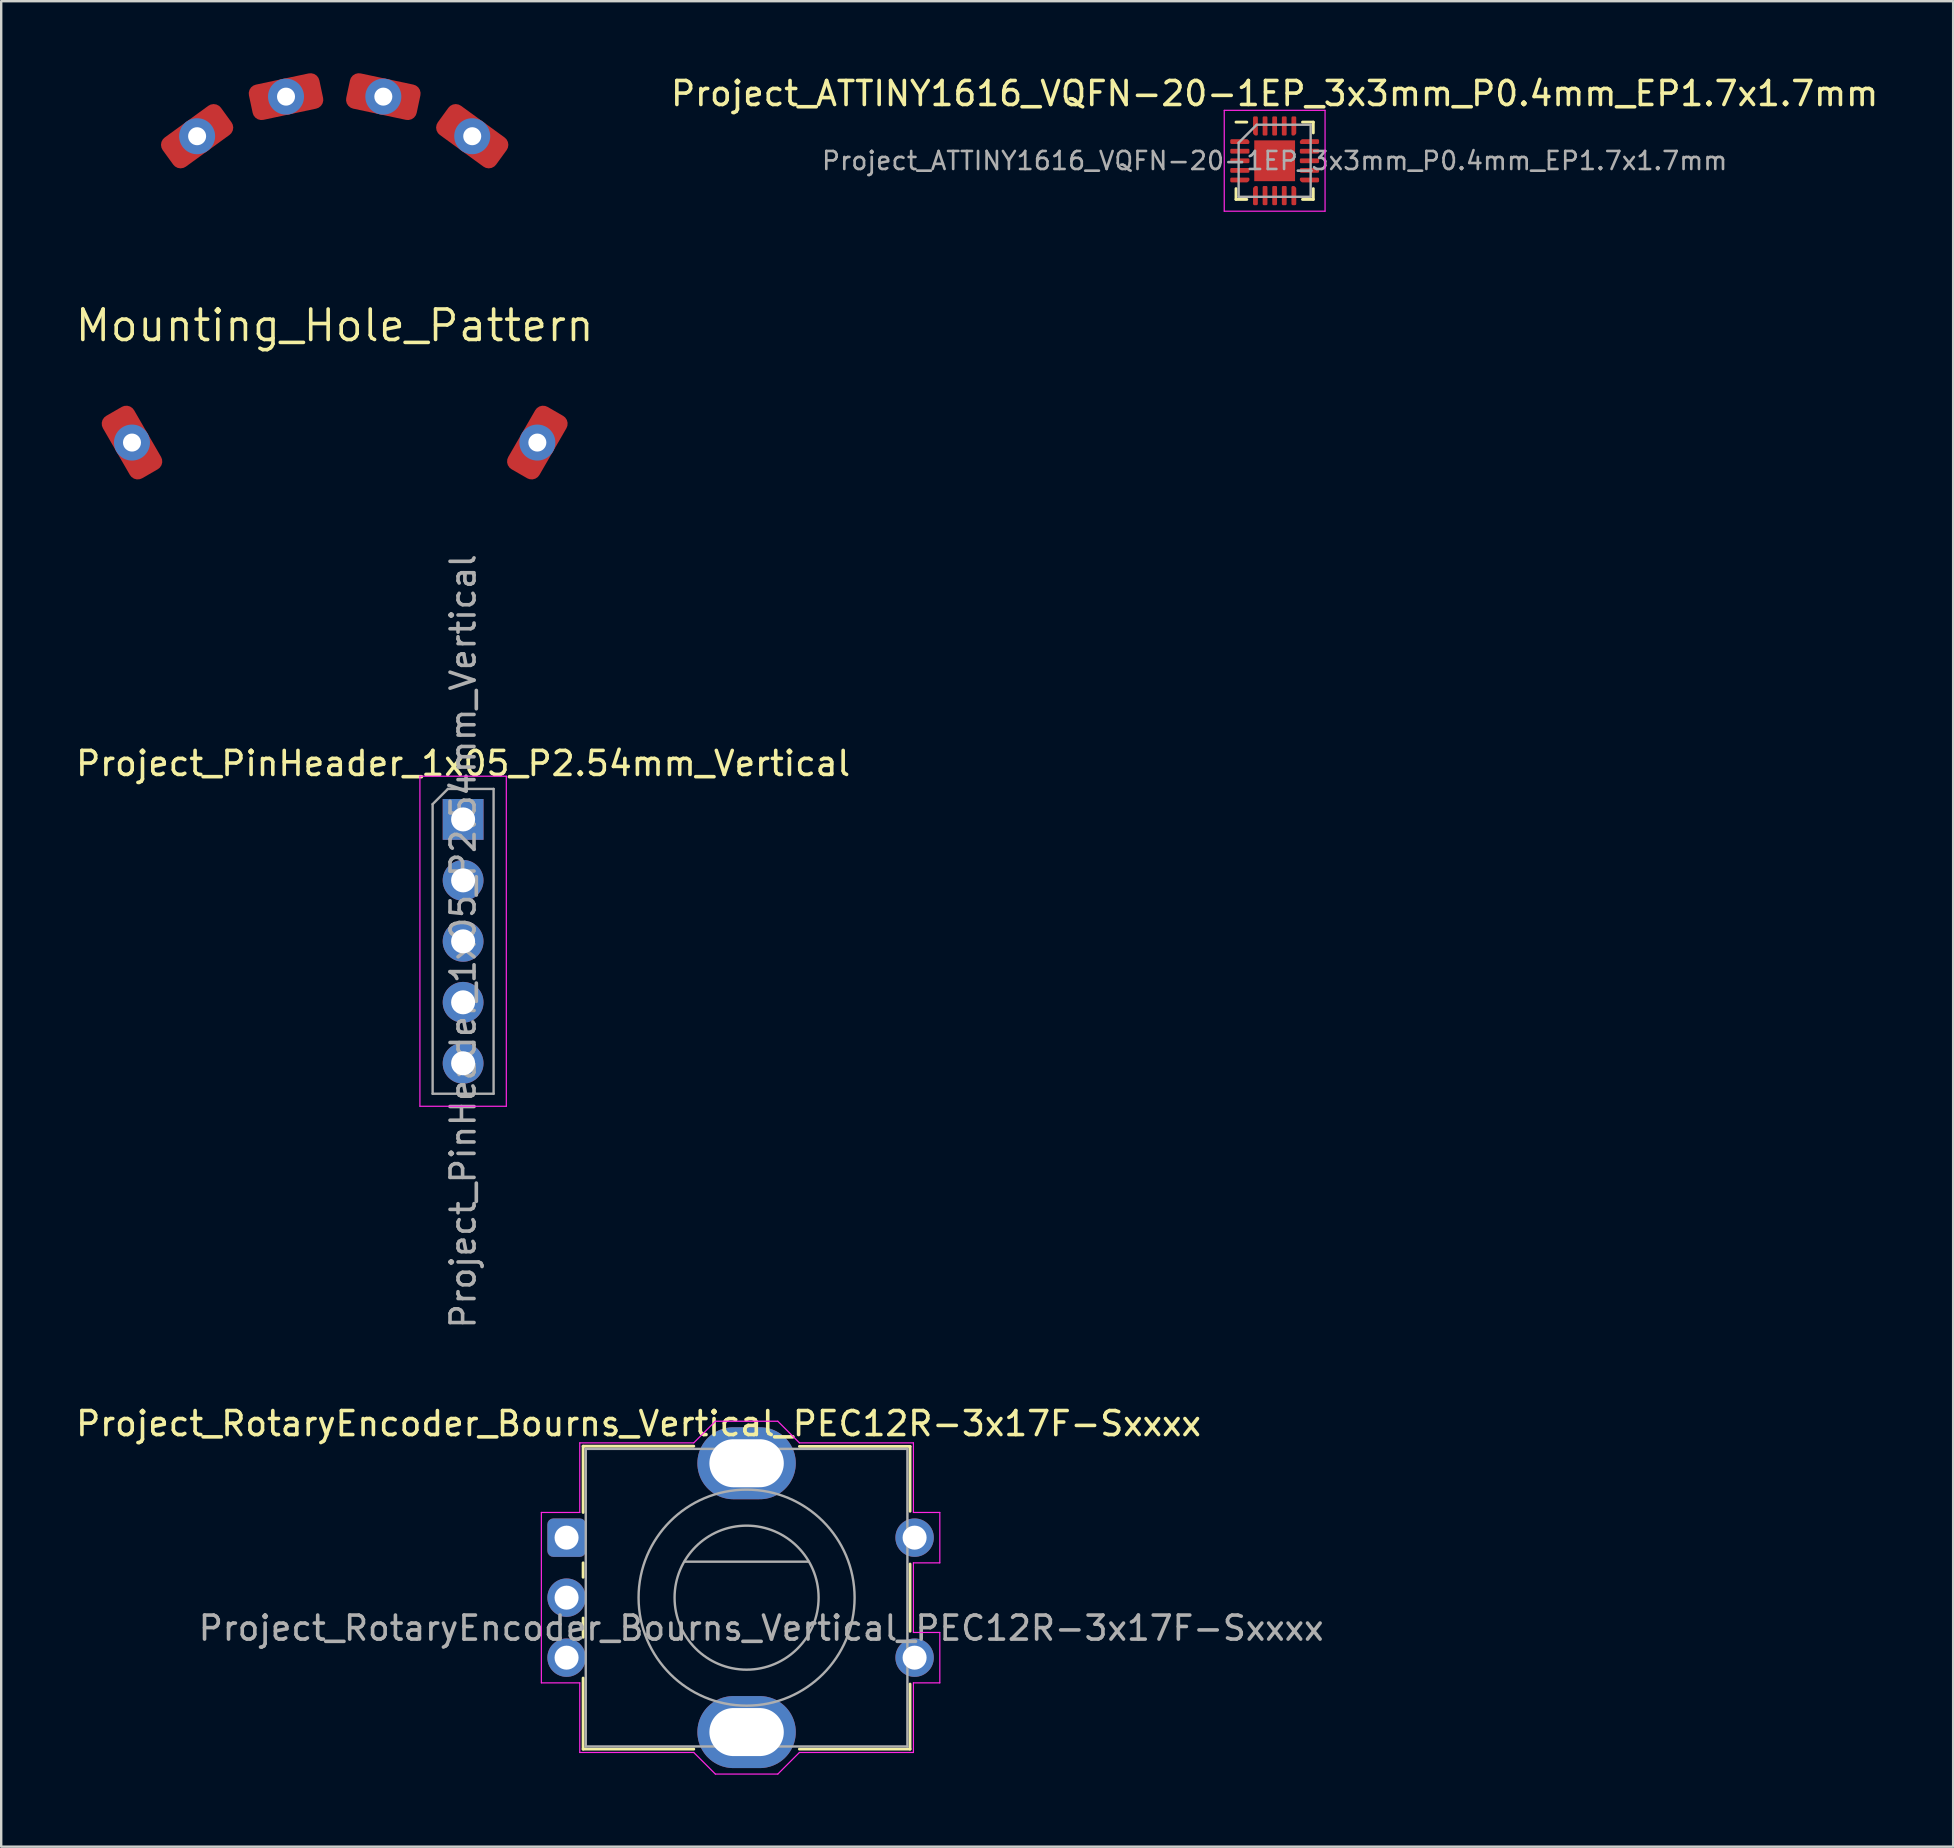
<source format=kicad_pcb>
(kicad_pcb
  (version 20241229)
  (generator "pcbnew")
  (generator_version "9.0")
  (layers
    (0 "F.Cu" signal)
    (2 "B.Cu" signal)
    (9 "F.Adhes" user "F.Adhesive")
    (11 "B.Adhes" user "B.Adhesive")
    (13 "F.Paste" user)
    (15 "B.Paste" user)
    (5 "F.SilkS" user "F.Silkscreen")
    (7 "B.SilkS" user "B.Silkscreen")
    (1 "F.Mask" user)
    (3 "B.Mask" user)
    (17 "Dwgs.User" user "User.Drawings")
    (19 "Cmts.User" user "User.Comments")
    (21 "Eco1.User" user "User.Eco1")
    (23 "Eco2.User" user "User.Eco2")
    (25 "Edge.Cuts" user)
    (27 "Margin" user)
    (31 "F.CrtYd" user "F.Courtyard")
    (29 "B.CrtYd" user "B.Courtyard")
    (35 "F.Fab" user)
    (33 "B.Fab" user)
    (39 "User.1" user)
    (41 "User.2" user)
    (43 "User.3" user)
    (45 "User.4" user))
  (footprint "Project_PinHeader_1x05_P2.54mm_Vertical"
    (layer "F.Cu")
    (at 16.244 31.088)
    (property "Reference" "Project_PinHeader_1x05_P2.54mm_Vertical" (at 0 -2.33 0) (layer "F.SilkS") (effects (font (size 1 1) (thickness 0.15))))
    (attr through_hole)
    (fp_line (start -1.8 -1.8) (end -1.8 11.95) (stroke (width 0.05) (type solid)) (layer "F.CrtYd"))
    (fp_line (start -1.8 11.95) (end 1.8 11.95) (stroke (width 0.05) (type solid)) (layer "F.CrtYd"))
    (fp_line (start 1.8 -1.8) (end -1.8 -1.8) (stroke (width 0.05) (type solid)) (layer "F.CrtYd"))
    (fp_line (start 1.8 11.95) (end 1.8 -1.8) (stroke (width 0.05) (type solid)) (layer "F.CrtYd"))
    (fp_line (start -1.27 -0.635) (end -0.635 -1.27) (stroke (width 0.1) (type solid)) (layer "F.Fab"))
    (fp_line (start -1.27 11.43) (end -1.27 -0.635) (stroke (width 0.1) (type solid)) (layer "F.Fab"))
    (fp_line (start -0.635 -1.27) (end 1.27 -1.27) (stroke (width 0.1) (type solid)) (layer "F.Fab"))
    (fp_line (start 1.27 -1.27) (end 1.27 11.43) (stroke (width 0.1) (type solid)) (layer "F.Fab"))
    (fp_line (start 1.27 11.43) (end -1.27 11.43) (stroke (width 0.1) (type solid)) (layer "F.Fab"))
    (fp_text user "${REFERENCE}" (at 0 5.08 270) (layer "F.Fab") (effects (font (size 1 1) (thickness 0.15))))
    (pad "1" thru_hole rect (at 0 0) (size 1.7 1.7) (drill 1) (layers "*.Cu" "*.Mask"))
    (pad "2" thru_hole oval (at 0 2.54) (size 1.7 1.7) (drill 1) (layers "*.Cu" "*.Mask"))
    (pad "3" thru_hole oval (at 0 5.08) (size 1.7 1.7) (drill 1) (layers "*.Cu" "*.Mask"))
    (pad "4" thru_hole oval (at 0 7.62) (size 1.7 1.7) (drill 1) (layers "*.Cu" "*.Mask"))
    (pad "5" thru_hole oval (at 0 10.16) (size 1.7 1.7) (drill 1) (layers "*.Cu" "*.Mask")))
  (footprint "Project_RotaryEncoder_Bourns_Vertical_PEC12R-3x17F-Sxxxx"
    (layer "F.Cu")
    (at 28.054 63.511)
    (property "Reference" "Project_RotaryEncoder_Bourns_Vertical_PEC12R-3x17F-Sxxxx" (at -4.5 -7.25 0) (layer "F.SilkS") (effects (font (size 1 1) (thickness 0.15))))
    (attr through_hole)
    (fp_line (start -6.81 -6.31) (end -2.2 -6.31) (stroke (width 0.12) (type solid)) (layer "F.SilkS"))
    (fp_line (start -6.81 -3.55) (end -6.81 -6.31) (stroke (width 0.12) (type solid)) (layer "F.SilkS"))
    (fp_line (start -6.81 -1.45) (end -6.81 -0.85) (stroke (width 0.12) (type solid)) (layer "F.SilkS"))
    (fp_line (start -6.81 0.85) (end -6.81 1.65) (stroke (width 0.12) (type solid)) (layer "F.SilkS"))
    (fp_line (start -6.81 3.35) (end -6.81 6.31) (stroke (width 0.12) (type solid)) (layer "F.SilkS"))
    (fp_line (start -2.2 6.31) (end -6.81 6.31) (stroke (width 0.12) (type solid)) (layer "F.SilkS"))
    (fp_line (start 2.2 -6.3) (end 6.81 -6.3) (stroke (width 0.12) (type solid)) (layer "F.SilkS"))
    (fp_line (start 6.81 -6.3) (end 6.81 -3.6) (stroke (width 0.12) (type solid)) (layer "F.SilkS"))
    (fp_line (start 6.81 -1.4) (end 6.81 1.4) (stroke (width 0.12) (type solid)) (layer "F.SilkS"))
    (fp_line (start 6.81 3.6) (end 6.81 6.31) (stroke (width 0.12) (type solid)) (layer "F.SilkS"))
    (fp_line (start 6.81 6.31) (end 2.2 6.31) (stroke (width 0.12) (type solid)) (layer "F.SilkS"))
    (fp_line (start -8.55 -3.55) (end -6.95 -3.55) (stroke (width 0.05) (type solid)) (layer "F.CrtYd"))
    (fp_line (start -8.55 3.55) (end -8.55 -3.55) (stroke (width 0.05) (type solid)) (layer "F.CrtYd"))
    (fp_line (start -6.95 -6.45) (end -2.2 -6.45) (stroke (width 0.05) (type solid)) (layer "F.CrtYd"))
    (fp_line (start -6.95 -3.55) (end -6.95 -6.45) (stroke (width 0.05) (type solid)) (layer "F.CrtYd"))
    (fp_line (start -6.95 3.55) (end -8.55 3.55) (stroke (width 0.05) (type solid)) (layer "F.CrtYd"))
    (fp_line (start -6.95 6.45) (end -6.95 3.55) (stroke (width 0.05) (type solid)) (layer "F.CrtYd"))
    (fp_line (start -2.2 -6.45) (end -1.3 -7.35) (stroke (width 0.05) (type solid)) (layer "F.CrtYd"))
    (fp_line (start -2.2 6.45) (end -6.95 6.45) (stroke (width 0.05) (type solid)) (layer "F.CrtYd"))
    (fp_line (start -2.2 6.45) (end -1.3 7.35) (stroke (width 0.05) (type solid)) (layer "F.CrtYd"))
    (fp_line (start -1.3 -7.35) (end 1.3 -7.35) (stroke (width 0.05) (type solid)) (layer "F.CrtYd"))
    (fp_line (start 1.3 7.35) (end -1.3 7.35) (stroke (width 0.05) (type solid)) (layer "F.CrtYd"))
    (fp_line (start 2.2 -6.45) (end 1.3 -7.35) (stroke (width 0.05) (type solid)) (layer "F.CrtYd"))
    (fp_line (start 2.2 -6.45) (end 6.95 -6.45) (stroke (width 0.05) (type solid)) (layer "F.CrtYd"))
    (fp_line (start 2.2 6.45) (end 1.3 7.35) (stroke (width 0.05) (type solid)) (layer "F.CrtYd"))
    (fp_line (start 6.95 -6.45) (end 6.95 -3.55) (stroke (width 0.05) (type solid)) (layer "F.CrtYd"))
    (fp_line (start 6.95 -3.55) (end 8.05 -3.55) (stroke (width 0.05) (type default)) (layer "F.CrtYd"))
    (fp_line (start 6.95 -1.45) (end 6.95 1.45) (stroke (width 0.05) (type solid)) (layer "F.CrtYd"))
    (fp_line (start 6.95 1.45) (end 8.05 1.45) (stroke (width 0.05) (type default)) (layer "F.CrtYd"))
    (fp_line (start 6.95 3.55) (end 6.95 6.45) (stroke (width 0.05) (type solid)) (layer "F.CrtYd"))
    (fp_line (start 6.95 6.45) (end 2.2 6.45) (stroke (width 0.05) (type solid)) (layer "F.CrtYd"))
    (fp_line (start 8.05 -3.55) (end 8.05 -1.45) (stroke (width 0.05) (type default)) (layer "F.CrtYd"))
    (fp_line (start 8.05 -1.45) (end 6.95 -1.45) (stroke (width 0.05) (type default)) (layer "F.CrtYd"))
    (fp_line (start 8.05 1.45) (end 8.05 3.55) (stroke (width 0.05) (type default)) (layer "F.CrtYd"))
    (fp_line (start 8.05 3.55) (end 6.95 3.55) (stroke (width 0.05) (type default)) (layer "F.CrtYd"))
    (fp_line (start -6.7 -6.2) (end -6.7 6.2) (stroke (width 0.1) (type solid)) (layer "F.Fab"))
    (fp_line (start -6.7 6.2) (end 6.7 6.2) (stroke (width 0.1) (type solid)) (layer "F.Fab"))
    (fp_line (start -2.59 -1.5) (end 2.59 -1.5) (stroke (width 0.1) (type default)) (layer "F.Fab"))
    (fp_line (start 6.7 -6.2) (end -6.7 -6.2) (stroke (width 0.1) (type solid)) (layer "F.Fab"))
    (fp_line (start 6.7 6.2) (end 6.7 -6.2) (stroke (width 0.1) (type solid)) (layer "F.Fab"))
    (fp_circle (center 0 0) (end 3 0) (stroke (width 0.1) (type solid)) (fill no) (layer "F.Fab"))
    (fp_circle (center 0 0) (end 4.5 0) (stroke (width 0.1) (type default)) (fill no) (layer "F.Fab"))
    (fp_text user "${REFERENCE}" (at 0.608 1.27 0) (layer "F.Fab") (effects (font (size 1 1) (thickness 0.15))))
    (pad "A" thru_hole roundrect (at -7.5 -2.5) (size 1.6 1.6) (drill 1) (layers "*.Cu" "*.Mask") (roundrect_rratio 0.156))
    (pad "B" thru_hole circle (at -7.5 2.5) (size 1.6 1.6) (drill 1) (layers "*.Cu" "*.Mask"))
    (pad "C" thru_hole circle (at -7.5 0) (size 1.6 1.6) (drill 1) (layers "*.Cu" "*.Mask"))
    (pad "S1" thru_hole circle (at 7 -2.5) (size 1.6 1.6) (drill 1) (layers "*.Cu" "*.Mask"))
    (pad "S2" thru_hole circle (at 7 2.5) (size 1.6 1.6) (drill 1) (layers "*.Cu" "*.Mask"))
    (pad "SH" thru_hole oval (at 0 -5.6) (size 4.1 3) (drill oval 3.1 2) (layers "*.Cu" "*.Mask"))
    (pad "SH" thru_hole oval (at 0 5.6) (size 4.1 3) (drill oval 3.1 2) (layers "*.Cu" "*.Mask")))
  (footprint "Project_ATTINY1616_VQFN-20-1EP_3x3mm_P0.4mm_EP1.7x1.7mm"
    (layer "F.Cu")
    (at 50.054 3.648)
    (property "Reference" "Project_ATTINY1616_VQFN-20-1EP_3x3mm_P0.4mm_EP1.7x1.7mm" (at 0 -2.8 0) (layer "F.SilkS") (effects (font (size 1 1) (thickness 0.15))))
    (attr smd)
    (fp_line (start -1.61 1.61) (end -1.61 1.16) (stroke (width 0.12) (type solid)) (layer "F.SilkS"))
    (fp_line (start -1.16 -1.61) (end -1.61 -1.61) (stroke (width 0.12) (type solid)) (layer "F.SilkS"))
    (fp_line (start -1.16 1.61) (end -1.61 1.61) (stroke (width 0.12) (type solid)) (layer "F.SilkS"))
    (fp_line (start 1.16 -1.61) (end 1.61 -1.61) (stroke (width 0.12) (type solid)) (layer "F.SilkS"))
    (fp_line (start 1.16 1.61) (end 1.61 1.61) (stroke (width 0.12) (type solid)) (layer "F.SilkS"))
    (fp_line (start 1.61 -1.61) (end 1.61 -1.16) (stroke (width 0.12) (type solid)) (layer "F.SilkS"))
    (fp_line (start 1.61 1.61) (end 1.61 1.16) (stroke (width 0.12) (type solid)) (layer "F.SilkS"))
    (fp_line (start -2.1 -2.1) (end -2.1 2.1) (stroke (width 0.05) (type solid)) (layer "F.CrtYd"))
    (fp_line (start -2.1 2.1) (end 2.1 2.1) (stroke (width 0.05) (type solid)) (layer "F.CrtYd"))
    (fp_line (start 2.1 -2.1) (end -2.1 -2.1) (stroke (width 0.05) (type solid)) (layer "F.CrtYd"))
    (fp_line (start 2.1 2.1) (end 2.1 -2.1) (stroke (width 0.05) (type solid)) (layer "F.CrtYd"))
    (fp_line (start -1.5 -0.75) (end -0.75 -1.5) (stroke (width 0.1) (type solid)) (layer "F.Fab"))
    (fp_line (start -1.5 1.5) (end -1.5 -0.75) (stroke (width 0.1) (type solid)) (layer "F.Fab"))
    (fp_line (start -0.75 -1.5) (end 1.5 -1.5) (stroke (width 0.1) (type solid)) (layer "F.Fab"))
    (fp_line (start 1.5 -1.5) (end 1.5 1.5) (stroke (width 0.1) (type solid)) (layer "F.Fab"))
    (fp_line (start 1.5 1.5) (end -1.5 1.5) (stroke (width 0.1) (type solid)) (layer "F.Fab"))
    (fp_text user "${REFERENCE}" (at 0 0 0) (layer "F.Fab") (effects (font (size 0.75 0.75) (thickness 0.11))))
    (pad "" smd roundrect (at -0.425 -0.425) (size 0.69 0.69) (layers "F.Paste") (roundrect_rratio 0.25))
    (pad "" smd roundrect (at -0.425 0.425) (size 0.69 0.69) (layers "F.Paste") (roundrect_rratio 0.25))
    (pad "" smd roundrect (at 0.425 -0.425) (size 0.69 0.69) (layers "F.Paste") (roundrect_rratio 0.25))
    (pad "" smd roundrect (at 0.425 0.425) (size 0.69 0.69) (layers "F.Paste") (roundrect_rratio 0.25))
    (pad "1" smd custom (at -1.45 -0.8) (size 0.143 0.143) (layers "F.Cu" "F.Mask" "F.Paste") (options (anchor circle)) (primitives (gr_poly (pts (xy 0.35 0.001) (xy 0.35 0.05) (xy -0.35 0.05) (xy -0.35 -0.05) (xy 0.299 -0.05)) (width 0.1) (fill yes))))
    (pad "2" smd roundrect (at -1.45 -0.4) (size 0.8 0.2) (layers "F.Cu" "F.Mask" "F.Paste") (roundrect_rratio 0.25))
    (pad "3" smd roundrect (at -1.45 0) (size 0.8 0.2) (layers "F.Cu" "F.Mask" "F.Paste") (roundrect_rratio 0.25))
    (pad "4" smd roundrect (at -1.45 0.4) (size 0.8 0.2) (layers "F.Cu" "F.Mask" "F.Paste") (roundrect_rratio 0.25))
    (pad "5" smd custom (at -1.45 0.8) (size 0.143 0.143) (layers "F.Cu" "F.Mask" "F.Paste") (options (anchor circle)) (primitives (gr_poly (pts (xy 0.35 -0.001) (xy 0.299 0.05) (xy -0.35 0.05) (xy -0.35 -0.05) (xy 0.35 -0.05)) (width 0.1) (fill yes))))
    (pad "6" smd custom (at -0.8 1.45) (size 0.143 0.143) (layers "F.Cu" "F.Mask" "F.Paste") (options (anchor circle)) (primitives (gr_poly (pts (xy 0.05 0.35) (xy -0.05 0.35) (xy -0.05 -0.299) (xy 0.001 -0.35) (xy 0.05 -0.35)) (width 0.1) (fill yes))))
    (pad "7" smd roundrect (at -0.4 1.45) (size 0.2 0.8) (layers "F.Cu" "F.Mask" "F.Paste") (roundrect_rratio 0.25))
    (pad "8" smd roundrect (at 0 1.45) (size 0.2 0.8) (layers "F.Cu" "F.Mask" "F.Paste") (roundrect_rratio 0.25))
    (pad "9" smd roundrect (at 0.4 1.45) (size 0.2 0.8) (layers "F.Cu" "F.Mask" "F.Paste") (roundrect_rratio 0.25))
    (pad "10" smd custom (at 0.8 1.45) (size 0.143 0.143) (layers "F.Cu" "F.Mask" "F.Paste") (options (anchor circle)) (primitives (gr_poly (pts (xy 0.05 -0.299) (xy 0.05 0.35) (xy -0.05 0.35) (xy -0.05 -0.35) (xy -0.001 -0.35)) (width 0.1) (fill yes))))
    (pad "11" smd custom (at 1.45 0.8) (size 0.143 0.143) (layers "F.Cu" "F.Mask" "F.Paste") (options (anchor circle)) (primitives (gr_poly (pts (xy 0.35 0.05) (xy -0.299 0.05) (xy -0.35 -0.001) (xy -0.35 -0.05) (xy 0.35 -0.05)) (width 0.1) (fill yes))))
    (pad "12" smd roundrect (at 1.45 0.4) (size 0.8 0.2) (layers "F.Cu" "F.Mask" "F.Paste") (roundrect_rratio 0.25))
    (pad "13" smd roundrect (at 1.45 0) (size 0.8 0.2) (layers "F.Cu" "F.Mask" "F.Paste") (roundrect_rratio 0.25))
    (pad "14" smd roundrect (at 1.45 -0.4) (size 0.8 0.2) (layers "F.Cu" "F.Mask" "F.Paste") (roundrect_rratio 0.25))
    (pad "15" smd custom (at 1.45 -0.8) (size 0.143 0.143) (layers "F.Cu" "F.Mask" "F.Paste") (options (anchor circle)) (primitives (gr_poly (pts (xy 0.35 0.05) (xy -0.35 0.05) (xy -0.35 0.001) (xy -0.299 -0.05) (xy 0.35 -0.05)) (width 0.1) (fill yes))))
    (pad "16" smd custom (at 0.8 -1.45) (size 0.143 0.143) (layers "F.Cu" "F.Mask" "F.Paste") (options (anchor circle)) (primitives (gr_poly (pts (xy 0.05 0.299) (xy -0.001 0.35) (xy -0.05 0.35) (xy -0.05 -0.35) (xy 0.05 -0.35)) (width 0.1) (fill yes))))
    (pad "17" smd roundrect (at 0.4 -1.45) (size 0.2 0.8) (layers "F.Cu" "F.Mask" "F.Paste") (roundrect_rratio 0.25))
    (pad "18" smd roundrect (at 0 -1.45) (size 0.2 0.8) (layers "F.Cu" "F.Mask" "F.Paste") (roundrect_rratio 0.25))
    (pad "19" smd roundrect (at -0.4 -1.45) (size 0.2 0.8) (layers "F.Cu" "F.Mask" "F.Paste") (roundrect_rratio 0.25))
    (pad "20" smd custom (at -0.8 -1.45) (size 0.143 0.143) (layers "F.Cu" "F.Mask" "F.Paste") (options (anchor circle)) (primitives (gr_poly (pts (xy 0.05 0.35) (xy 0.001 0.35) (xy -0.05 0.299) (xy -0.05 -0.35) (xy 0.05 -0.35)) (width 0.1) (fill yes))))
    (pad "21" smd rect (at 0 0) (size 1.7 1.7) (layers "F.Cu" "F.Mask")))
  (footprint "Mounting_Hole_Pattern"
    (layer "F.Cu")
    (at 10.893 10.513)
    (property "Reference" "Mounting_Hole_Pattern" (at 0 0 0) (layer "F.SilkS") (effects (font (size 1.27 1.27) (thickness 0.15))))
    (attr through_hole exclude_from_bom)
    (pad "1" thru_hole circle (at 8.444 4.875 330) (size 1.5 1.5) (drill 0.75) (layers "*.Cu" "*.Mask"))
    (pad "1" smd roundrect (at 8.444 4.875 330) (size 1.5 3) (layers "F.Cu" "F.Mask") (roundrect_rratio 0.25))
    (pad "2" thru_hole circle (at 5.731 -7.888 54) (size 1.5 1.5) (drill 0.75) (layers "*.Cu" "*.Mask"))
    (pad "2" smd roundrect (at 5.731 -7.888 54) (size 1.5 3) (layers "F.Cu" "F.Mask") (roundrect_rratio 0.25))
    (pad "3" thru_hole circle (at 2.027 -9.537 78) (size 1.5 1.5) (drill 0.75) (layers "*.Cu" "*.Mask"))
    (pad "3" smd roundrect (at 2.027 -9.537 78) (size 1.5 3) (layers "F.Cu" "F.Mask") (roundrect_rratio 0.25))
    (pad "4" thru_hole circle (at -2.027 -9.537 102) (size 1.5 1.5) (drill 0.75) (layers "*.Cu" "*.Mask"))
    (pad "4" smd roundrect (at -2.027 -9.537 102) (size 1.5 3) (layers "F.Cu" "F.Mask") (roundrect_rratio 0.25))
    (pad "5" thru_hole circle (at -5.731 -7.888 126) (size 1.5 1.5) (drill 0.75) (layers "*.Cu" "*.Mask"))
    (pad "5" smd roundrect (at -5.731 -7.888 126) (size 1.5 3) (layers "F.Cu" "F.Mask") (roundrect_rratio 0.25))
    (pad "6" thru_hole circle (at -8.444 4.875 210) (size 1.5 1.5) (drill 0.75) (layers "*.Cu" "*.Mask"))
    (pad "6" smd roundrect (at -8.444 4.875 210) (size 1.5 3) (layers "F.Cu" "F.Mask") (roundrect_rratio 0.25)))
  (gr_rect
    (start -3 -3)
    (end 78.322 73.886)
    (stroke (width 0.1) (type default))
    (fill no)
    (layer "Edge.Cuts")))
</source>
